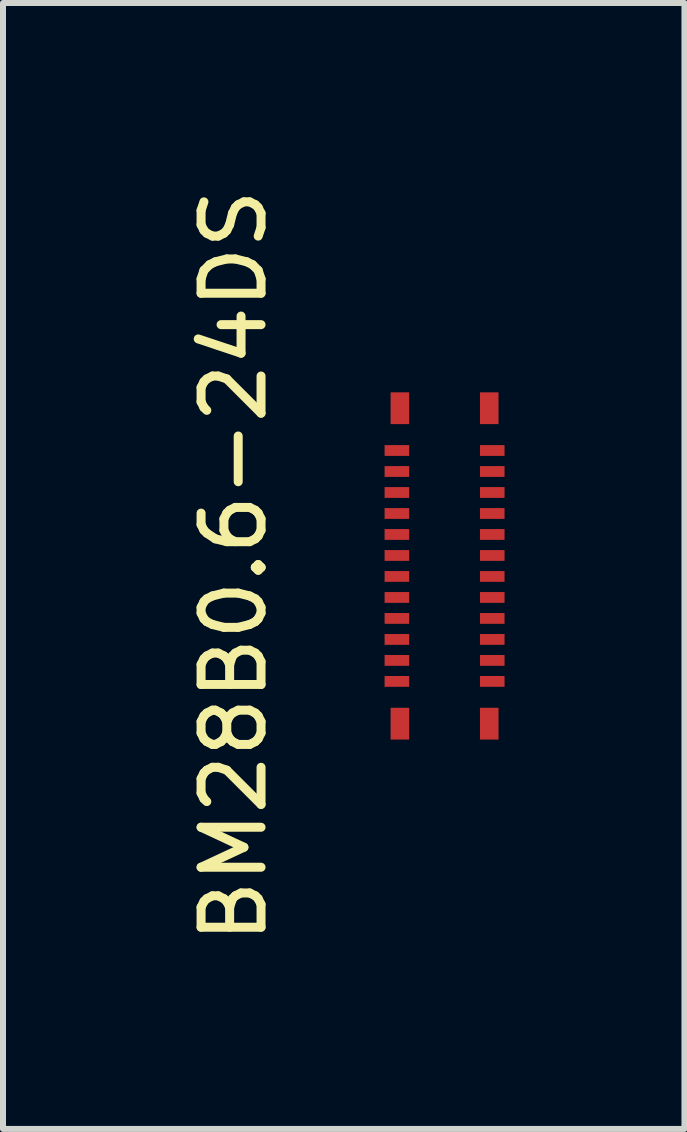
<source format=kicad_pcb>
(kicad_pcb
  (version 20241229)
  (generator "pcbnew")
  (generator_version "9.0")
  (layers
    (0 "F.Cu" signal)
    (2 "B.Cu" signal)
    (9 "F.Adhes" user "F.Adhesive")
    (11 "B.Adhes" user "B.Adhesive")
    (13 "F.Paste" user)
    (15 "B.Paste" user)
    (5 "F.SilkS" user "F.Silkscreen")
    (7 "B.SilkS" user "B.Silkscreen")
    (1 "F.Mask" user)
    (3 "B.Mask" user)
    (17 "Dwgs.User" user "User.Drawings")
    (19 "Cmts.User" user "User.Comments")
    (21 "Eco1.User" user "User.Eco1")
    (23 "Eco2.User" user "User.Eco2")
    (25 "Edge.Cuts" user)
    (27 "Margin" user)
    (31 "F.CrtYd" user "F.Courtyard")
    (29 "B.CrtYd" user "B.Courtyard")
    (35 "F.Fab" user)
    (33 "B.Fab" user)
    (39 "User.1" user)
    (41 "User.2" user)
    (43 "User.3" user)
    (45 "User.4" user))
  (footprint "BM28B0.6-24DS"
    (layer "F.Cu")
    (at 4.363 6.387)
    (property "Reference" "BM28B0.6-24DS" (at -3.515 0 90) (layer "F.SilkS") (effects (font (size 1 1) (thickness 0.15))))
    (attr smd)
    (pad "1" smd rect (at -0.795 -1.925) (size 0.41 0.18) (layers "F.Cu" "F.Mask" "F.Paste"))
    (pad "2" smd rect (at 0.795 -1.925) (size 0.41 0.18) (layers "F.Cu" "F.Mask" "F.Paste"))
    (pad "3" smd rect (at -0.795 -1.575) (size 0.41 0.18) (layers "F.Cu" "F.Mask" "F.Paste"))
    (pad "4" smd rect (at 0.795 -1.575) (size 0.41 0.18) (layers "F.Cu" "F.Mask" "F.Paste"))
    (pad "5" smd rect (at -0.795 -1.225) (size 0.41 0.18) (layers "F.Cu" "F.Mask" "F.Paste"))
    (pad "6" smd rect (at 0.795 -1.225) (size 0.41 0.18) (layers "F.Cu" "F.Mask" "F.Paste"))
    (pad "7" smd rect (at -0.795 -0.875) (size 0.41 0.18) (layers "F.Cu" "F.Mask" "F.Paste"))
    (pad "8" smd rect (at 0.795 -0.875) (size 0.41 0.18) (layers "F.Cu" "F.Mask" "F.Paste"))
    (pad "9" smd rect (at -0.795 -0.525) (size 0.41 0.18) (layers "F.Cu" "F.Mask" "F.Paste"))
    (pad "10" smd rect (at 0.795 -0.525) (size 0.41 0.18) (layers "F.Cu" "F.Mask" "F.Paste"))
    (pad "11" smd rect (at -0.795 -0.175) (size 0.41 0.18) (layers "F.Cu" "F.Mask" "F.Paste"))
    (pad "12" smd rect (at 0.795 -0.175) (size 0.41 0.18) (layers "F.Cu" "F.Mask" "F.Paste"))
    (pad "13" smd rect (at -0.795 0.175) (size 0.41 0.18) (layers "F.Cu" "F.Mask" "F.Paste"))
    (pad "14" smd rect (at 0.795 0.175) (size 0.41 0.18) (layers "F.Cu" "F.Mask" "F.Paste"))
    (pad "15" smd rect (at -0.795 0.525) (size 0.41 0.18) (layers "F.Cu" "F.Mask" "F.Paste"))
    (pad "16" smd rect (at 0.795 0.525) (size 0.41 0.18) (layers "F.Cu" "F.Mask" "F.Paste"))
    (pad "17" smd rect (at -0.795 0.875) (size 0.41 0.18) (layers "F.Cu" "F.Mask" "F.Paste"))
    (pad "18" smd rect (at 0.795 0.875) (size 0.41 0.18) (layers "F.Cu" "F.Mask" "F.Paste"))
    (pad "19" smd rect (at -0.795 1.225) (size 0.41 0.18) (layers "F.Cu" "F.Mask" "F.Paste"))
    (pad "20" smd rect (at 0.795 1.225) (size 0.41 0.18) (layers "F.Cu" "F.Mask" "F.Paste"))
    (pad "21" smd rect (at -0.795 1.575) (size 0.41 0.18) (layers "F.Cu" "F.Mask" "F.Paste"))
    (pad "22" smd rect (at 0.795 1.575) (size 0.41 0.18) (layers "F.Cu" "F.Mask" "F.Paste"))
    (pad "23" smd rect (at -0.795 1.925) (size 0.41 0.18) (layers "F.Cu" "F.Mask" "F.Paste"))
    (pad "24" smd rect (at 0.795 1.925) (size 0.41 0.18) (layers "F.Cu" "F.Mask" "F.Paste"))
    (pad "25" smd rect (at -0.745 -2.63) (size 0.31 0.53) (layers "F.Cu" "F.Mask" "F.Paste"))
    (pad "26" smd rect (at 0.745 -2.63) (size 0.31 0.53) (layers "F.Cu" "F.Mask" "F.Paste"))
    (pad "27" smd rect (at -0.745 2.63) (size 0.31 0.53) (layers "F.Cu" "F.Mask" "F.Paste"))
    (pad "28" smd rect (at 0.745 2.63) (size 0.31 0.53) (layers "F.Cu" "F.Mask" "F.Paste")))
  (gr_rect
    (start -3 -3)
    (end 8.363 15.774)
    (stroke (width 0.1) (type default))
    (fill no)
    (layer "Edge.Cuts")))
</source>
